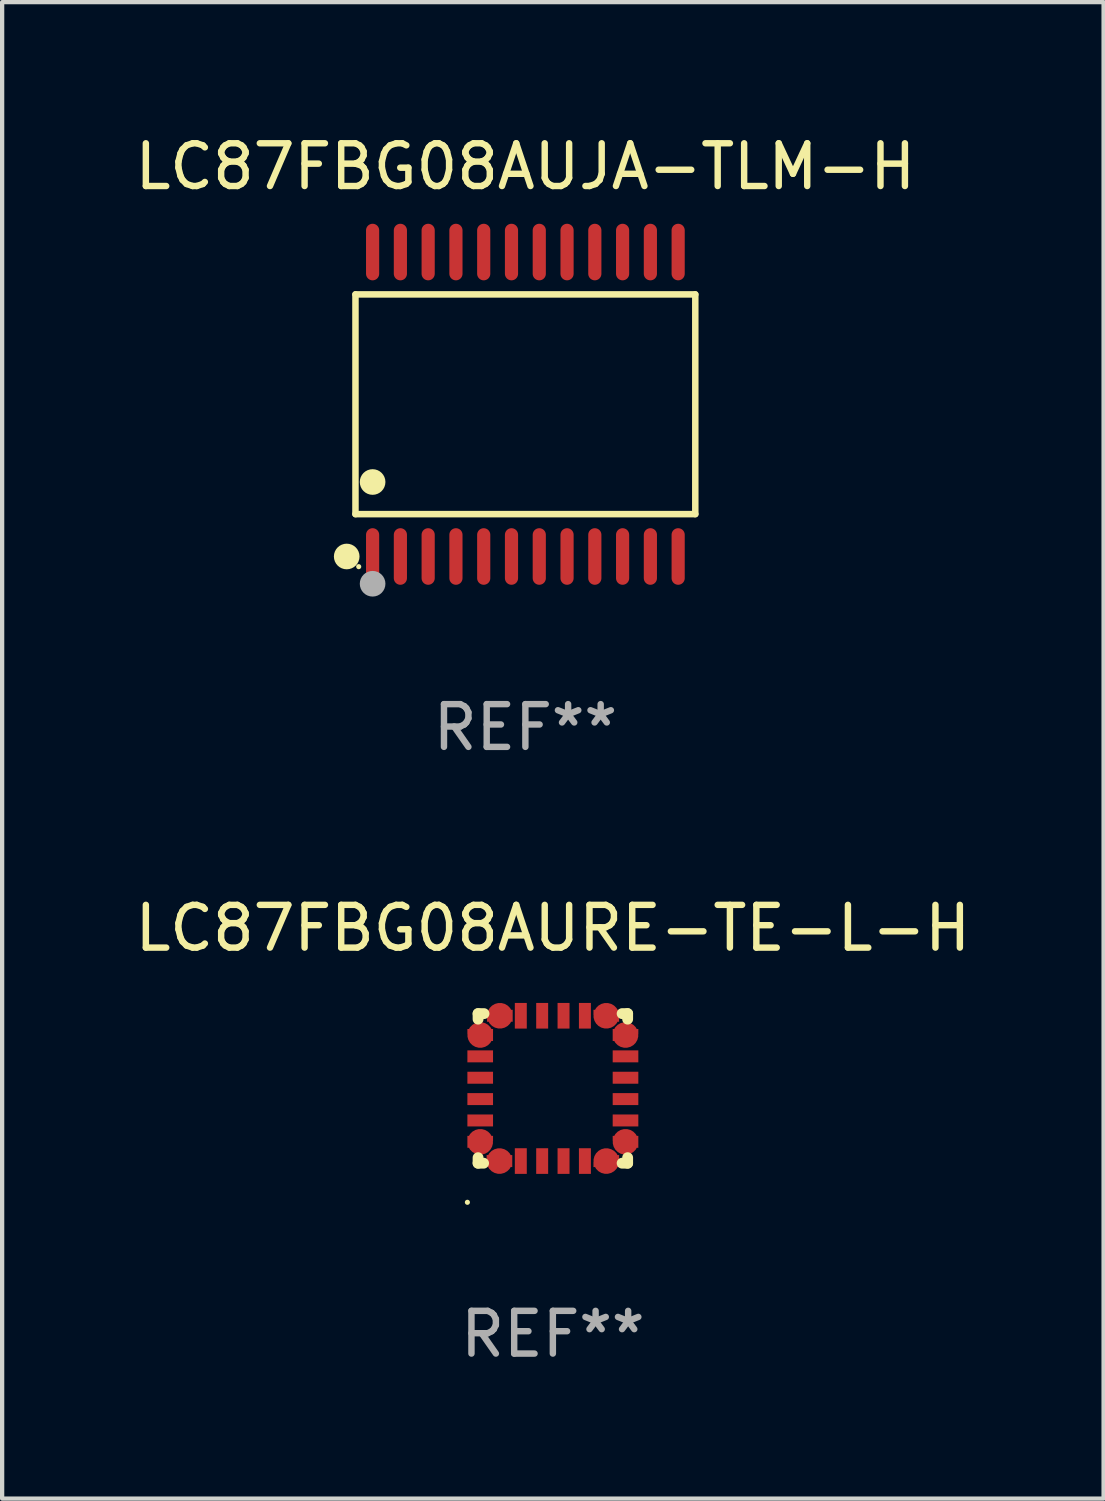
<source format=kicad_pcb>
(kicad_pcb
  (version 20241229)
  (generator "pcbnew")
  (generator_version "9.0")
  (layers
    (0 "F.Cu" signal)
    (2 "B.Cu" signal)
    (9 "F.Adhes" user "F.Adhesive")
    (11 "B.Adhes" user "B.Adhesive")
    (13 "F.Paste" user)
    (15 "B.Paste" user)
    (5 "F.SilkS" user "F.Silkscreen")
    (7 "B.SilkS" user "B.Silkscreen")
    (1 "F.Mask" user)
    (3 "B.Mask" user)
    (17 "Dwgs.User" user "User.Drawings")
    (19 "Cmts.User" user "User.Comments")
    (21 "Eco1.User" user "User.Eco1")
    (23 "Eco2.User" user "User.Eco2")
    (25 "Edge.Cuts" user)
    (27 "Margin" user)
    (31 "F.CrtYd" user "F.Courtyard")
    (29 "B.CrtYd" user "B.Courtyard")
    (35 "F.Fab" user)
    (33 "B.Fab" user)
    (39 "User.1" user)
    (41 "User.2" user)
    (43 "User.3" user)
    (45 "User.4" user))
  (footprint "LC87FBG08AUJA-TLM-H"
    (layer "F.Cu")
    (at 9.244 6.41)
    (property "Reference" "LC87FBG08AUJA-TLM-H" (at 0 -5.562 0) (layer "F.SilkS") (effects (font (size 1 1) (thickness 0.15))))
    (attr through_hole)
    (fp_line (start -3.976 -2.571) (end 3.976 -2.571) (stroke (width 0.152) (type solid)) (layer "F.SilkS"))
    (fp_line (start -3.976 2.571) (end -3.976 -2.571) (stroke (width 0.152) (type solid)) (layer "F.SilkS"))
    (fp_line (start 3.976 -2.571) (end 3.976 2.571) (stroke (width 0.152) (type solid)) (layer "F.SilkS"))
    (fp_line (start 3.976 2.571) (end -3.976 2.571) (stroke (width 0.152) (type solid)) (layer "F.SilkS"))
    (fp_circle (center -4.181 3.562) (end -4.031 3.562) (stroke (width 0.3) (type solid)) (fill no) (layer "F.SilkS"))
    (fp_circle (center -3.9 3.8) (end -3.87 3.8) (stroke (width 0.06) (type solid)) (fill no) (layer "F.SilkS"))
    (fp_circle (center -3.575 1.819) (end -3.425 1.819) (stroke (width 0.3) (type solid)) (fill no) (layer "F.SilkS"))
    (fp_circle (center -3.575 4.2) (end -3.425 4.2) (stroke (width 0.3) (type solid)) (fill no) (layer "F.Fab"))
    (fp_text user "REF**" (at 0 7.562 0) (layer "F.Fab") (effects (font (size 1 1) (thickness 0.15))))
    (pad "1" smd oval (at -3.575 3.562) (size 0.308 1.324) (layers "F.Cu" "F.Mask" "F.Paste"))
    (pad "2" smd oval (at -2.925 3.562) (size 0.308 1.324) (layers "F.Cu" "F.Mask" "F.Paste"))
    (pad "3" smd oval (at -2.275 3.562) (size 0.308 1.324) (layers "F.Cu" "F.Mask" "F.Paste"))
    (pad "4" smd oval (at -1.625 3.562) (size 0.308 1.324) (layers "F.Cu" "F.Mask" "F.Paste"))
    (pad "5" smd oval (at -0.975 3.562) (size 0.308 1.324) (layers "F.Cu" "F.Mask" "F.Paste"))
    (pad "6" smd oval (at -0.325 3.562) (size 0.308 1.324) (layers "F.Cu" "F.Mask" "F.Paste"))
    (pad "7" smd oval (at 0.325 3.562) (size 0.308 1.324) (layers "F.Cu" "F.Mask" "F.Paste"))
    (pad "8" smd oval (at 0.975 3.562) (size 0.308 1.324) (layers "F.Cu" "F.Mask" "F.Paste"))
    (pad "9" smd oval (at 1.625 3.562) (size 0.308 1.324) (layers "F.Cu" "F.Mask" "F.Paste"))
    (pad "10" smd oval (at 2.275 3.562) (size 0.308 1.324) (layers "F.Cu" "F.Mask" "F.Paste"))
    (pad "11" smd oval (at 2.925 3.562) (size 0.308 1.324) (layers "F.Cu" "F.Mask" "F.Paste"))
    (pad "12" smd oval (at 3.575 3.562) (size 0.308 1.324) (layers "F.Cu" "F.Mask" "F.Paste"))
    (pad "13" smd oval (at 3.575 -3.562) (size 0.308 1.324) (layers "F.Cu" "F.Mask" "F.Paste"))
    (pad "14" smd oval (at 2.925 -3.562) (size 0.308 1.324) (layers "F.Cu" "F.Mask" "F.Paste"))
    (pad "15" smd oval (at 2.275 -3.562) (size 0.308 1.324) (layers "F.Cu" "F.Mask" "F.Paste"))
    (pad "16" smd oval (at 1.625 -3.562) (size 0.308 1.324) (layers "F.Cu" "F.Mask" "F.Paste"))
    (pad "17" smd oval (at 0.975 -3.562) (size 0.308 1.324) (layers "F.Cu" "F.Mask" "F.Paste"))
    (pad "18" smd oval (at 0.325 -3.562) (size 0.308 1.324) (layers "F.Cu" "F.Mask" "F.Paste"))
    (pad "19" smd oval (at -0.325 -3.562) (size 0.308 1.324) (layers "F.Cu" "F.Mask" "F.Paste"))
    (pad "20" smd oval (at -0.975 -3.562) (size 0.308 1.324) (layers "F.Cu" "F.Mask" "F.Paste"))
    (pad "21" smd oval (at -1.625 -3.562) (size 0.308 1.324) (layers "F.Cu" "F.Mask" "F.Paste"))
    (pad "22" smd oval (at -2.275 -3.562) (size 0.308 1.324) (layers "F.Cu" "F.Mask" "F.Paste"))
    (pad "23" smd oval (at -2.925 -3.562) (size 0.308 1.324) (layers "F.Cu" "F.Mask" "F.Paste"))
    (pad "24" smd oval (at -3.575 -3.562) (size 0.308 1.324) (layers "F.Cu" "F.Mask" "F.Paste")))
  (footprint "LC87FBG08AURE-TE-L-H"
    (layer "F.Cu")
    (at 9.887 22.419)
    (property "Reference" "LC87FBG08AURE-TE-L-H" (at 0 -3.75 0) (layer "F.SilkS") (effects (font (size 1 1) (thickness 0.15))))
    (attr through_hole)
    (fp_line (start -1.75 -1.75) (end -1.75 -1.621) (stroke (width 0.254) (type solid)) (layer "F.SilkS"))
    (fp_line (start -1.75 1.621) (end -1.75 1.75) (stroke (width 0.254) (type solid)) (layer "F.SilkS"))
    (fp_line (start -1.75 1.75) (end -1.621 1.75) (stroke (width 0.254) (type solid)) (layer "F.SilkS"))
    (fp_line (start -1.611 -1.75) (end -1.75 -1.75) (stroke (width 0.254) (type solid)) (layer "F.SilkS"))
    (fp_line (start 1.621 1.75) (end 1.75 1.75) (stroke (width 0.254) (type solid)) (layer "F.SilkS"))
    (fp_line (start 1.75 -1.75) (end 1.621 -1.75) (stroke (width 0.254) (type solid)) (layer "F.SilkS"))
    (fp_line (start 1.75 -1.621) (end 1.75 -1.75) (stroke (width 0.254) (type solid)) (layer "F.SilkS"))
    (fp_line (start 1.75 1.75) (end 1.75 1.621) (stroke (width 0.254) (type solid)) (layer "F.SilkS"))
    (fp_circle (center -2 2.665) (end -1.97 2.665) (stroke (width 0.06) (type solid)) (fill no) (layer "F.SilkS"))
    (fp_text user "REF**" (at 0 5.75 0) (layer "F.Fab") (effects (font (size 1 1) (thickness 0.15))))
    (pad "1" smd custom (at -1.25 1.7 90) (size 0.6 0.28) (layers "F.Cu" "F.Mask" "F.Paste") (options (anchor circle)) (primitives (gr_poly (pts (xy 0.14 0.3) (xy 0.14 -0.3) (xy 0.02 -0.3) (xy -0.14 -0.15) (xy -0.14 0.3)) (width 0) (fill yes))))
    (pad "2" smd rect (at -0.75 1.7 180) (size 0.28 0.6) (layers "F.Cu" "F.Mask" "F.Paste"))
    (pad "3" smd rect (at -0.25 1.7 180) (size 0.28 0.6) (layers "F.Cu" "F.Mask" "F.Paste"))
    (pad "4" smd rect (at 0.25 1.7 180) (size 0.28 0.6) (layers "F.Cu" "F.Mask" "F.Paste"))
    (pad "5" smd rect (at 0.75 1.7 180) (size 0.28 0.6) (layers "F.Cu" "F.Mask" "F.Paste"))
    (pad "6" smd custom (at 1.25 1.7 90) (size 0.6 0.28) (layers "F.Cu" "F.Mask" "F.Paste") (options (anchor circle)) (primitives (gr_poly (pts (xy -0.14 0.3) (xy -0.14 -0.3) (xy -0.02 -0.3) (xy 0.14 -0.15) (xy 0.14 0.3)) (width 0) (fill yes))))
    (pad "7" smd custom (at 1.7 1.25) (size 0.6 0.28) (layers "F.Cu" "F.Mask" "F.Paste") (options (anchor circle)) (primitives (gr_poly (pts (xy 0.3 -0.14) (xy -0.3 -0.14) (xy -0.3 -0.02) (xy -0.15 0.14) (xy 0.3 0.14)) (width 0) (fill yes))))
    (pad "8" smd rect (at 1.7 0.75 90) (size 0.28 0.6) (layers "F.Cu" "F.Mask" "F.Paste"))
    (pad "9" smd rect (at 1.7 0.25 90) (size 0.28 0.6) (layers "F.Cu" "F.Mask" "F.Paste"))
    (pad "10" smd rect (at 1.7 -0.25 90) (size 0.28 0.6) (layers "F.Cu" "F.Mask" "F.Paste"))
    (pad "11" smd rect (at 1.7 -0.75 90) (size 0.28 0.6) (layers "F.Cu" "F.Mask" "F.Paste"))
    (pad "12" smd custom (at 1.7 -1.25 180) (size 0.6 0.28) (layers "F.Cu" "F.Mask" "F.Paste") (options (anchor circle)) (primitives (gr_poly (pts (xy 0.3 0.14) (xy -0.3 0.14) (xy -0.3 0.02) (xy -0.15 -0.14) (xy 0.3 -0.14)) (width 0) (fill yes))))
    (pad "13" smd custom (at 1.25 -1.7 270) (size 0.6 0.28) (layers "F.Cu" "F.Mask" "F.Paste") (options (anchor circle)) (primitives (gr_poly (pts (xy -0.14 -0.3) (xy -0.14 0.3) (xy -0.02 0.3) (xy 0.14 0.15) (xy 0.14 -0.3)) (width 0) (fill yes))))
    (pad "14" smd rect (at 0.75 -1.7 180) (size 0.28 0.6) (layers "F.Cu" "F.Mask" "F.Paste"))
    (pad "15" smd rect (at 0.25 -1.7 180) (size 0.28 0.6) (layers "F.Cu" "F.Mask" "F.Paste"))
    (pad "16" smd rect (at -0.25 -1.7 180) (size 0.28 0.6) (layers "F.Cu" "F.Mask" "F.Paste"))
    (pad "17" smd rect (at -0.75 -1.7 180) (size 0.28 0.6) (layers "F.Cu" "F.Mask" "F.Paste"))
    (pad "18" smd custom (at -1.24 -1.7 270) (size 0.6 0.28) (layers "F.Cu" "F.Mask" "F.Paste") (options (anchor circle)) (primitives (gr_poly (pts (xy 0.14 -0.3) (xy 0.14 0.3) (xy 0.02 0.3) (xy -0.14 0.15) (xy -0.14 -0.3)) (width 0) (fill yes))))
    (pad "19" smd custom (at -1.7 -1.25 180) (size 0.6 0.28) (layers "F.Cu" "F.Mask" "F.Paste") (options (anchor circle)) (primitives (gr_poly (pts (xy -0.3 0.14) (xy 0.3 0.14) (xy 0.3 0.02) (xy 0.15 -0.14) (xy -0.3 -0.14)) (width 0) (fill yes))))
    (pad "20" smd rect (at -1.7 -0.75 90) (size 0.28 0.6) (layers "F.Cu" "F.Mask" "F.Paste"))
    (pad "21" smd rect (at -1.7 -0.25 90) (size 0.28 0.6) (layers "F.Cu" "F.Mask" "F.Paste"))
    (pad "22" smd rect (at -1.7 0.25 90) (size 0.28 0.6) (layers "F.Cu" "F.Mask" "F.Paste"))
    (pad "23" smd rect (at -1.7 0.75 90) (size 0.28 0.6) (layers "F.Cu" "F.Mask" "F.Paste"))
    (pad "24" smd custom (at -1.7 1.25) (size 0.6 0.28) (layers "F.Cu" "F.Mask" "F.Paste") (options (anchor circle)) (primitives (gr_poly (pts (xy -0.3 -0.14) (xy 0.3 -0.14) (xy 0.3 -0.02) (xy 0.15 0.14) (xy -0.3 0.14)) (width 0) (fill yes)))))
  (gr_rect
    (start -3 -3)
    (end 22.774 32.017)
    (stroke (width 0.1) (type default))
    (fill no)
    (layer "Edge.Cuts")))
</source>
